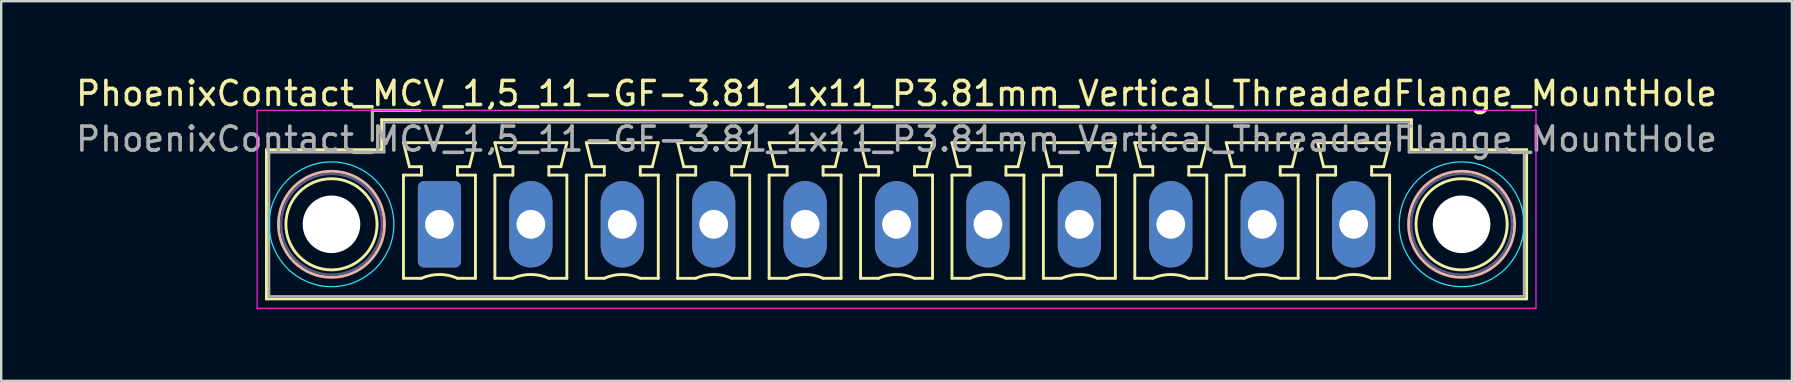
<source format=kicad_pcb>
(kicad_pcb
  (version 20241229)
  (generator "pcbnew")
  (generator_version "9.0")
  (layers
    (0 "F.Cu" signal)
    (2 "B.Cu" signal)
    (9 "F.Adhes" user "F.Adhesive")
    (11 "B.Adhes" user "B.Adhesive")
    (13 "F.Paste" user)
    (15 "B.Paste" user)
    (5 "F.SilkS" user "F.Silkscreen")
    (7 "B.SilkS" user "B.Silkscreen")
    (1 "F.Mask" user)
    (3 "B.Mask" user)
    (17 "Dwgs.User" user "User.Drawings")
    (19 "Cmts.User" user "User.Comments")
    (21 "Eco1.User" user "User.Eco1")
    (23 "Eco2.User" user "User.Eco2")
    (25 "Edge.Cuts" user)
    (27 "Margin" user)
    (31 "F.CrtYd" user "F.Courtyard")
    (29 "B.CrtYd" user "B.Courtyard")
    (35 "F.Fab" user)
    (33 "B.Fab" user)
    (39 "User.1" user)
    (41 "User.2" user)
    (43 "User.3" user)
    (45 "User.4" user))
  (footprint "PhoenixContact_MCV_1,5_11-GF-3.81_1x11_P3.81mm_Vertical_ThreadedFlange_MountHole"
    (layer "F.Cu")
    (at 15.265 6.298)
    (property "Reference" "PhoenixContact_MCV_1,5_11-GF-3.81_1x11_P3.81mm_Vertical_ThreadedFlange_MountHole" (at 19.05 -5.45 0) (layer "F.SilkS") (effects (font (size 1 1) (thickness 0.15))))
    (attr through_hole)
    (fp_line (start -7.21 -3.11) (end -7.21 3.11) (stroke (width 0.12) (type solid)) (layer "F.SilkS"))
    (fp_line (start -7.21 3.11) (end 45.31 3.11) (stroke (width 0.12) (type solid)) (layer "F.SilkS"))
    (fp_line (start -2.8 -4.75) (end -0.8 -4.75) (stroke (width 0.12) (type solid)) (layer "F.SilkS"))
    (fp_line (start -2.8 -3.5) (end -2.8 -4.75) (stroke (width 0.12) (type solid)) (layer "F.SilkS"))
    (fp_line (start -2.41 -4.36) (end -2.41 -3.11) (stroke (width 0.12) (type solid)) (layer "F.SilkS"))
    (fp_line (start -2.41 -3.11) (end -7.21 -3.11) (stroke (width 0.12) (type solid)) (layer "F.SilkS"))
    (fp_line (start -1.5 -3.4) (end 1.5 -3.4) (stroke (width 0.12) (type solid)) (layer "F.SilkS"))
    (fp_line (start -1.5 -2.05) (end -0.75 -2.05) (stroke (width 0.12) (type solid)) (layer "F.SilkS"))
    (fp_line (start -1.5 2.25) (end -1.5 -2.05) (stroke (width 0.12) (type solid)) (layer "F.SilkS"))
    (fp_line (start -1.25 -2.4) (end -1.5 -3.4) (stroke (width 0.12) (type solid)) (layer "F.SilkS"))
    (fp_line (start -0.75 -2.4) (end -1.25 -2.4) (stroke (width 0.12) (type solid)) (layer "F.SilkS"))
    (fp_line (start -0.75 -2.05) (end -0.75 -2.4) (stroke (width 0.12) (type solid)) (layer "F.SilkS"))
    (fp_line (start -0.75 2.25) (end -1.5 2.25) (stroke (width 0.12) (type solid)) (layer "F.SilkS"))
    (fp_line (start 0.75 -2.4) (end 0.75 -2.05) (stroke (width 0.12) (type solid)) (layer "F.SilkS"))
    (fp_line (start 0.75 -2.05) (end 1.5 -2.05) (stroke (width 0.12) (type solid)) (layer "F.SilkS"))
    (fp_line (start 1.25 -2.4) (end 0.75 -2.4) (stroke (width 0.12) (type solid)) (layer "F.SilkS"))
    (fp_line (start 1.5 -3.4) (end 1.25 -2.4) (stroke (width 0.12) (type solid)) (layer "F.SilkS"))
    (fp_line (start 1.5 -2.05) (end 1.5 2.25) (stroke (width 0.12) (type solid)) (layer "F.SilkS"))
    (fp_line (start 1.5 2.25) (end 0.75 2.25) (stroke (width 0.12) (type solid)) (layer "F.SilkS"))
    (fp_line (start 2.31 -3.4) (end 5.31 -3.4) (stroke (width 0.12) (type solid)) (layer "F.SilkS"))
    (fp_line (start 2.31 -2.05) (end 3.06 -2.05) (stroke (width 0.12) (type solid)) (layer "F.SilkS"))
    (fp_line (start 2.31 2.25) (end 2.31 -2.05) (stroke (width 0.12) (type solid)) (layer "F.SilkS"))
    (fp_line (start 2.56 -2.4) (end 2.31 -3.4) (stroke (width 0.12) (type solid)) (layer "F.SilkS"))
    (fp_line (start 3.06 -2.4) (end 2.56 -2.4) (stroke (width 0.12) (type solid)) (layer "F.SilkS"))
    (fp_line (start 3.06 -2.05) (end 3.06 -2.4) (stroke (width 0.12) (type solid)) (layer "F.SilkS"))
    (fp_line (start 3.06 2.25) (end 2.31 2.25) (stroke (width 0.12) (type solid)) (layer "F.SilkS"))
    (fp_line (start 4.56 -2.4) (end 4.56 -2.05) (stroke (width 0.12) (type solid)) (layer "F.SilkS"))
    (fp_line (start 4.56 -2.05) (end 5.31 -2.05) (stroke (width 0.12) (type solid)) (layer "F.SilkS"))
    (fp_line (start 5.06 -2.4) (end 4.56 -2.4) (stroke (width 0.12) (type solid)) (layer "F.SilkS"))
    (fp_line (start 5.31 -3.4) (end 5.06 -2.4) (stroke (width 0.12) (type solid)) (layer "F.SilkS"))
    (fp_line (start 5.31 -2.05) (end 5.31 2.25) (stroke (width 0.12) (type solid)) (layer "F.SilkS"))
    (fp_line (start 5.31 2.25) (end 4.56 2.25) (stroke (width 0.12) (type solid)) (layer "F.SilkS"))
    (fp_line (start 6.12 -3.4) (end 9.12 -3.4) (stroke (width 0.12) (type solid)) (layer "F.SilkS"))
    (fp_line (start 6.12 -2.05) (end 6.87 -2.05) (stroke (width 0.12) (type solid)) (layer "F.SilkS"))
    (fp_line (start 6.12 2.25) (end 6.12 -2.05) (stroke (width 0.12) (type solid)) (layer "F.SilkS"))
    (fp_line (start 6.37 -2.4) (end 6.12 -3.4) (stroke (width 0.12) (type solid)) (layer "F.SilkS"))
    (fp_line (start 6.87 -2.4) (end 6.37 -2.4) (stroke (width 0.12) (type solid)) (layer "F.SilkS"))
    (fp_line (start 6.87 -2.05) (end 6.87 -2.4) (stroke (width 0.12) (type solid)) (layer "F.SilkS"))
    (fp_line (start 6.87 2.25) (end 6.12 2.25) (stroke (width 0.12) (type solid)) (layer "F.SilkS"))
    (fp_line (start 8.37 -2.4) (end 8.37 -2.05) (stroke (width 0.12) (type solid)) (layer "F.SilkS"))
    (fp_line (start 8.37 -2.05) (end 9.12 -2.05) (stroke (width 0.12) (type solid)) (layer "F.SilkS"))
    (fp_line (start 8.87 -2.4) (end 8.37 -2.4) (stroke (width 0.12) (type solid)) (layer "F.SilkS"))
    (fp_line (start 9.12 -3.4) (end 8.87 -2.4) (stroke (width 0.12) (type solid)) (layer "F.SilkS"))
    (fp_line (start 9.12 -2.05) (end 9.12 2.25) (stroke (width 0.12) (type solid)) (layer "F.SilkS"))
    (fp_line (start 9.12 2.25) (end 8.37 2.25) (stroke (width 0.12) (type solid)) (layer "F.SilkS"))
    (fp_line (start 9.93 -3.4) (end 12.93 -3.4) (stroke (width 0.12) (type solid)) (layer "F.SilkS"))
    (fp_line (start 9.93 -2.05) (end 10.68 -2.05) (stroke (width 0.12) (type solid)) (layer "F.SilkS"))
    (fp_line (start 9.93 2.25) (end 9.93 -2.05) (stroke (width 0.12) (type solid)) (layer "F.SilkS"))
    (fp_line (start 10.18 -2.4) (end 9.93 -3.4) (stroke (width 0.12) (type solid)) (layer "F.SilkS"))
    (fp_line (start 10.68 -2.4) (end 10.18 -2.4) (stroke (width 0.12) (type solid)) (layer "F.SilkS"))
    (fp_line (start 10.68 -2.05) (end 10.68 -2.4) (stroke (width 0.12) (type solid)) (layer "F.SilkS"))
    (fp_line (start 10.68 2.25) (end 9.93 2.25) (stroke (width 0.12) (type solid)) (layer "F.SilkS"))
    (fp_line (start 12.18 -2.4) (end 12.18 -2.05) (stroke (width 0.12) (type solid)) (layer "F.SilkS"))
    (fp_line (start 12.18 -2.05) (end 12.93 -2.05) (stroke (width 0.12) (type solid)) (layer "F.SilkS"))
    (fp_line (start 12.68 -2.4) (end 12.18 -2.4) (stroke (width 0.12) (type solid)) (layer "F.SilkS"))
    (fp_line (start 12.93 -3.4) (end 12.68 -2.4) (stroke (width 0.12) (type solid)) (layer "F.SilkS"))
    (fp_line (start 12.93 -2.05) (end 12.93 2.25) (stroke (width 0.12) (type solid)) (layer "F.SilkS"))
    (fp_line (start 12.93 2.25) (end 12.18 2.25) (stroke (width 0.12) (type solid)) (layer "F.SilkS"))
    (fp_line (start 13.74 -3.4) (end 16.74 -3.4) (stroke (width 0.12) (type solid)) (layer "F.SilkS"))
    (fp_line (start 13.74 -2.05) (end 14.49 -2.05) (stroke (width 0.12) (type solid)) (layer "F.SilkS"))
    (fp_line (start 13.74 2.25) (end 13.74 -2.05) (stroke (width 0.12) (type solid)) (layer "F.SilkS"))
    (fp_line (start 13.99 -2.4) (end 13.74 -3.4) (stroke (width 0.12) (type solid)) (layer "F.SilkS"))
    (fp_line (start 14.49 -2.4) (end 13.99 -2.4) (stroke (width 0.12) (type solid)) (layer "F.SilkS"))
    (fp_line (start 14.49 -2.05) (end 14.49 -2.4) (stroke (width 0.12) (type solid)) (layer "F.SilkS"))
    (fp_line (start 14.49 2.25) (end 13.74 2.25) (stroke (width 0.12) (type solid)) (layer "F.SilkS"))
    (fp_line (start 15.99 -2.4) (end 15.99 -2.05) (stroke (width 0.12) (type solid)) (layer "F.SilkS"))
    (fp_line (start 15.99 -2.05) (end 16.74 -2.05) (stroke (width 0.12) (type solid)) (layer "F.SilkS"))
    (fp_line (start 16.49 -2.4) (end 15.99 -2.4) (stroke (width 0.12) (type solid)) (layer "F.SilkS"))
    (fp_line (start 16.74 -3.4) (end 16.49 -2.4) (stroke (width 0.12) (type solid)) (layer "F.SilkS"))
    (fp_line (start 16.74 -2.05) (end 16.74 2.25) (stroke (width 0.12) (type solid)) (layer "F.SilkS"))
    (fp_line (start 16.74 2.25) (end 15.99 2.25) (stroke (width 0.12) (type solid)) (layer "F.SilkS"))
    (fp_line (start 17.55 -3.4) (end 20.55 -3.4) (stroke (width 0.12) (type solid)) (layer "F.SilkS"))
    (fp_line (start 17.55 -2.05) (end 18.3 -2.05) (stroke (width 0.12) (type solid)) (layer "F.SilkS"))
    (fp_line (start 17.55 2.25) (end 17.55 -2.05) (stroke (width 0.12) (type solid)) (layer "F.SilkS"))
    (fp_line (start 17.8 -2.4) (end 17.55 -3.4) (stroke (width 0.12) (type solid)) (layer "F.SilkS"))
    (fp_line (start 18.3 -2.4) (end 17.8 -2.4) (stroke (width 0.12) (type solid)) (layer "F.SilkS"))
    (fp_line (start 18.3 -2.05) (end 18.3 -2.4) (stroke (width 0.12) (type solid)) (layer "F.SilkS"))
    (fp_line (start 18.3 2.25) (end 17.55 2.25) (stroke (width 0.12) (type solid)) (layer "F.SilkS"))
    (fp_line (start 19.8 -2.4) (end 19.8 -2.05) (stroke (width 0.12) (type solid)) (layer "F.SilkS"))
    (fp_line (start 19.8 -2.05) (end 20.55 -2.05) (stroke (width 0.12) (type solid)) (layer "F.SilkS"))
    (fp_line (start 20.3 -2.4) (end 19.8 -2.4) (stroke (width 0.12) (type solid)) (layer "F.SilkS"))
    (fp_line (start 20.55 -3.4) (end 20.3 -2.4) (stroke (width 0.12) (type solid)) (layer "F.SilkS"))
    (fp_line (start 20.55 -2.05) (end 20.55 2.25) (stroke (width 0.12) (type solid)) (layer "F.SilkS"))
    (fp_line (start 20.55 2.25) (end 19.8 2.25) (stroke (width 0.12) (type solid)) (layer "F.SilkS"))
    (fp_line (start 21.36 -3.4) (end 24.36 -3.4) (stroke (width 0.12) (type solid)) (layer "F.SilkS"))
    (fp_line (start 21.36 -2.05) (end 22.11 -2.05) (stroke (width 0.12) (type solid)) (layer "F.SilkS"))
    (fp_line (start 21.36 2.25) (end 21.36 -2.05) (stroke (width 0.12) (type solid)) (layer "F.SilkS"))
    (fp_line (start 21.61 -2.4) (end 21.36 -3.4) (stroke (width 0.12) (type solid)) (layer "F.SilkS"))
    (fp_line (start 22.11 -2.4) (end 21.61 -2.4) (stroke (width 0.12) (type solid)) (layer "F.SilkS"))
    (fp_line (start 22.11 -2.05) (end 22.11 -2.4) (stroke (width 0.12) (type solid)) (layer "F.SilkS"))
    (fp_line (start 22.11 2.25) (end 21.36 2.25) (stroke (width 0.12) (type solid)) (layer "F.SilkS"))
    (fp_line (start 23.61 -2.4) (end 23.61 -2.05) (stroke (width 0.12) (type solid)) (layer "F.SilkS"))
    (fp_line (start 23.61 -2.05) (end 24.36 -2.05) (stroke (width 0.12) (type solid)) (layer "F.SilkS"))
    (fp_line (start 24.11 -2.4) (end 23.61 -2.4) (stroke (width 0.12) (type solid)) (layer "F.SilkS"))
    (fp_line (start 24.36 -3.4) (end 24.11 -2.4) (stroke (width 0.12) (type solid)) (layer "F.SilkS"))
    (fp_line (start 24.36 -2.05) (end 24.36 2.25) (stroke (width 0.12) (type solid)) (layer "F.SilkS"))
    (fp_line (start 24.36 2.25) (end 23.61 2.25) (stroke (width 0.12) (type solid)) (layer "F.SilkS"))
    (fp_line (start 25.17 -3.4) (end 28.17 -3.4) (stroke (width 0.12) (type solid)) (layer "F.SilkS"))
    (fp_line (start 25.17 -2.05) (end 25.92 -2.05) (stroke (width 0.12) (type solid)) (layer "F.SilkS"))
    (fp_line (start 25.17 2.25) (end 25.17 -2.05) (stroke (width 0.12) (type solid)) (layer "F.SilkS"))
    (fp_line (start 25.42 -2.4) (end 25.17 -3.4) (stroke (width 0.12) (type solid)) (layer "F.SilkS"))
    (fp_line (start 25.92 -2.4) (end 25.42 -2.4) (stroke (width 0.12) (type solid)) (layer "F.SilkS"))
    (fp_line (start 25.92 -2.05) (end 25.92 -2.4) (stroke (width 0.12) (type solid)) (layer "F.SilkS"))
    (fp_line (start 25.92 2.25) (end 25.17 2.25) (stroke (width 0.12) (type solid)) (layer "F.SilkS"))
    (fp_line (start 27.42 -2.4) (end 27.42 -2.05) (stroke (width 0.12) (type solid)) (layer "F.SilkS"))
    (fp_line (start 27.42 -2.05) (end 28.17 -2.05) (stroke (width 0.12) (type solid)) (layer "F.SilkS"))
    (fp_line (start 27.92 -2.4) (end 27.42 -2.4) (stroke (width 0.12) (type solid)) (layer "F.SilkS"))
    (fp_line (start 28.17 -3.4) (end 27.92 -2.4) (stroke (width 0.12) (type solid)) (layer "F.SilkS"))
    (fp_line (start 28.17 -2.05) (end 28.17 2.25) (stroke (width 0.12) (type solid)) (layer "F.SilkS"))
    (fp_line (start 28.17 2.25) (end 27.42 2.25) (stroke (width 0.12) (type solid)) (layer "F.SilkS"))
    (fp_line (start 28.98 -3.4) (end 31.98 -3.4) (stroke (width 0.12) (type solid)) (layer "F.SilkS"))
    (fp_line (start 28.98 -2.05) (end 29.73 -2.05) (stroke (width 0.12) (type solid)) (layer "F.SilkS"))
    (fp_line (start 28.98 2.25) (end 28.98 -2.05) (stroke (width 0.12) (type solid)) (layer "F.SilkS"))
    (fp_line (start 29.23 -2.4) (end 28.98 -3.4) (stroke (width 0.12) (type solid)) (layer "F.SilkS"))
    (fp_line (start 29.73 -2.4) (end 29.23 -2.4) (stroke (width 0.12) (type solid)) (layer "F.SilkS"))
    (fp_line (start 29.73 -2.05) (end 29.73 -2.4) (stroke (width 0.12) (type solid)) (layer "F.SilkS"))
    (fp_line (start 29.73 2.25) (end 28.98 2.25) (stroke (width 0.12) (type solid)) (layer "F.SilkS"))
    (fp_line (start 31.23 -2.4) (end 31.23 -2.05) (stroke (width 0.12) (type solid)) (layer "F.SilkS"))
    (fp_line (start 31.23 -2.05) (end 31.98 -2.05) (stroke (width 0.12) (type solid)) (layer "F.SilkS"))
    (fp_line (start 31.73 -2.4) (end 31.23 -2.4) (stroke (width 0.12) (type solid)) (layer "F.SilkS"))
    (fp_line (start 31.98 -3.4) (end 31.73 -2.4) (stroke (width 0.12) (type solid)) (layer "F.SilkS"))
    (fp_line (start 31.98 -2.05) (end 31.98 2.25) (stroke (width 0.12) (type solid)) (layer "F.SilkS"))
    (fp_line (start 31.98 2.25) (end 31.23 2.25) (stroke (width 0.12) (type solid)) (layer "F.SilkS"))
    (fp_line (start 32.79 -3.4) (end 35.79 -3.4) (stroke (width 0.12) (type solid)) (layer "F.SilkS"))
    (fp_line (start 32.79 -2.05) (end 33.54 -2.05) (stroke (width 0.12) (type solid)) (layer "F.SilkS"))
    (fp_line (start 32.79 2.25) (end 32.79 -2.05) (stroke (width 0.12) (type solid)) (layer "F.SilkS"))
    (fp_line (start 33.04 -2.4) (end 32.79 -3.4) (stroke (width 0.12) (type solid)) (layer "F.SilkS"))
    (fp_line (start 33.54 -2.4) (end 33.04 -2.4) (stroke (width 0.12) (type solid)) (layer "F.SilkS"))
    (fp_line (start 33.54 -2.05) (end 33.54 -2.4) (stroke (width 0.12) (type solid)) (layer "F.SilkS"))
    (fp_line (start 33.54 2.25) (end 32.79 2.25) (stroke (width 0.12) (type solid)) (layer "F.SilkS"))
    (fp_line (start 35.04 -2.4) (end 35.04 -2.05) (stroke (width 0.12) (type solid)) (layer "F.SilkS"))
    (fp_line (start 35.04 -2.05) (end 35.79 -2.05) (stroke (width 0.12) (type solid)) (layer "F.SilkS"))
    (fp_line (start 35.54 -2.4) (end 35.04 -2.4) (stroke (width 0.12) (type solid)) (layer "F.SilkS"))
    (fp_line (start 35.79 -3.4) (end 35.54 -2.4) (stroke (width 0.12) (type solid)) (layer "F.SilkS"))
    (fp_line (start 35.79 -2.05) (end 35.79 2.25) (stroke (width 0.12) (type solid)) (layer "F.SilkS"))
    (fp_line (start 35.79 2.25) (end 35.04 2.25) (stroke (width 0.12) (type solid)) (layer "F.SilkS"))
    (fp_line (start 36.6 -3.4) (end 39.6 -3.4) (stroke (width 0.12) (type solid)) (layer "F.SilkS"))
    (fp_line (start 36.6 -2.05) (end 37.35 -2.05) (stroke (width 0.12) (type solid)) (layer "F.SilkS"))
    (fp_line (start 36.6 2.25) (end 36.6 -2.05) (stroke (width 0.12) (type solid)) (layer "F.SilkS"))
    (fp_line (start 36.85 -2.4) (end 36.6 -3.4) (stroke (width 0.12) (type solid)) (layer "F.SilkS"))
    (fp_line (start 37.35 -2.4) (end 36.85 -2.4) (stroke (width 0.12) (type solid)) (layer "F.SilkS"))
    (fp_line (start 37.35 -2.05) (end 37.35 -2.4) (stroke (width 0.12) (type solid)) (layer "F.SilkS"))
    (fp_line (start 37.35 2.25) (end 36.6 2.25) (stroke (width 0.12) (type solid)) (layer "F.SilkS"))
    (fp_line (start 38.85 -2.4) (end 38.85 -2.05) (stroke (width 0.12) (type solid)) (layer "F.SilkS"))
    (fp_line (start 38.85 -2.05) (end 39.6 -2.05) (stroke (width 0.12) (type solid)) (layer "F.SilkS"))
    (fp_line (start 39.35 -2.4) (end 38.85 -2.4) (stroke (width 0.12) (type solid)) (layer "F.SilkS"))
    (fp_line (start 39.6 -3.4) (end 39.35 -2.4) (stroke (width 0.12) (type solid)) (layer "F.SilkS"))
    (fp_line (start 39.6 -2.05) (end 39.6 2.25) (stroke (width 0.12) (type solid)) (layer "F.SilkS"))
    (fp_line (start 39.6 2.25) (end 38.85 2.25) (stroke (width 0.12) (type solid)) (layer "F.SilkS"))
    (fp_line (start 40.51 -4.36) (end -2.41 -4.36) (stroke (width 0.12) (type solid)) (layer "F.SilkS"))
    (fp_line (start 40.51 -3.11) (end 40.51 -4.36) (stroke (width 0.12) (type solid)) (layer "F.SilkS"))
    (fp_line (start 45.31 -3.11) (end 40.51 -3.11) (stroke (width 0.12) (type solid)) (layer "F.SilkS"))
    (fp_line (start 45.31 3.11) (end 45.31 -3.11) (stroke (width 0.12) (type solid)) (layer "F.SilkS"))
    (fp_arc (start -0.75 2.25) (mid -0.000193 2.09191) (end 0.749647 2.249844) (stroke (width 0.12) (type solid)) (layer "F.SilkS"))
    (fp_arc (start 3.06 2.25) (mid 3.809807 2.09191) (end 4.559647 2.249844) (stroke (width 0.12) (type solid)) (layer "F.SilkS"))
    (fp_arc (start 6.87 2.25) (mid 7.619807 2.09191) (end 8.369647 2.249844) (stroke (width 0.12) (type solid)) (layer "F.SilkS"))
    (fp_arc (start 10.68 2.25) (mid 11.429807 2.09191) (end 12.179647 2.249844) (stroke (width 0.12) (type solid)) (layer "F.SilkS"))
    (fp_arc (start 14.49 2.25) (mid 15.239807 2.09191) (end 15.989647 2.249844) (stroke (width 0.12) (type solid)) (layer "F.SilkS"))
    (fp_arc (start 18.3 2.25) (mid 19.049807 2.09191) (end 19.799647 2.249844) (stroke (width 0.12) (type solid)) (layer "F.SilkS"))
    (fp_arc (start 22.11 2.25) (mid 22.859807 2.09191) (end 23.609647 2.249844) (stroke (width 0.12) (type solid)) (layer "F.SilkS"))
    (fp_arc (start 25.92 2.25) (mid 26.669807 2.09191) (end 27.419647 2.249844) (stroke (width 0.12) (type solid)) (layer "F.SilkS"))
    (fp_arc (start 29.73 2.25) (mid 30.479807 2.09191) (end 31.229647 2.249844) (stroke (width 0.12) (type solid)) (layer "F.SilkS"))
    (fp_arc (start 33.54 2.25) (mid 34.289807 2.09191) (end 35.039647 2.249844) (stroke (width 0.12) (type solid)) (layer "F.SilkS"))
    (fp_arc (start 37.35 2.25) (mid 38.099807 2.09191) (end 38.849647 2.249844) (stroke (width 0.12) (type solid)) (layer "F.SilkS"))
    (fp_circle (center -4.5 0) (end -2.6 0) (stroke (width 0.12) (type solid)) (fill no) (layer "F.SilkS"))
    (fp_circle (center 42.6 0) (end 44.5 0) (stroke (width 0.12) (type solid)) (fill no) (layer "F.SilkS"))
    (fp_circle (center -4.5 0) (end -2.29 0) (stroke (width 0.12) (type solid)) (fill no) (layer "B.SilkS"))
    (fp_circle (center 42.6 0) (end 44.81 0) (stroke (width 0.12) (type solid)) (fill no) (layer "B.SilkS"))
    (fp_circle (center -4.5 0) (end -1.9 0) (stroke (width 0.05) (type solid)) (fill no) (layer "B.CrtYd"))
    (fp_circle (center 42.6 0) (end 45.2 0) (stroke (width 0.05) (type solid)) (fill no) (layer "B.CrtYd"))
    (fp_line (start -7.6 -4.75) (end -7.6 3.5) (stroke (width 0.05) (type solid)) (layer "F.CrtYd"))
    (fp_line (start -7.6 3.5) (end 45.7 3.5) (stroke (width 0.05) (type solid)) (layer "F.CrtYd"))
    (fp_line (start 45.7 -4.75) (end -7.6 -4.75) (stroke (width 0.05) (type solid)) (layer "F.CrtYd"))
    (fp_line (start 45.7 3.5) (end 45.7 -4.75) (stroke (width 0.05) (type solid)) (layer "F.CrtYd"))
    (fp_circle (center -4.5 0) (end -2.4 0) (stroke (width 0.1) (type solid)) (fill no) (layer "B.Fab"))
    (fp_circle (center 42.6 0) (end 44.7 0) (stroke (width 0.1) (type solid)) (fill no) (layer "B.Fab"))
    (fp_line (start -7.1 -3) (end -7.1 3) (stroke (width 0.1) (type solid)) (layer "F.Fab"))
    (fp_line (start -7.1 3) (end 45.2 3) (stroke (width 0.1) (type solid)) (layer "F.Fab"))
    (fp_line (start -2.8 -4.75) (end -0.8 -4.75) (stroke (width 0.1) (type solid)) (layer "F.Fab"))
    (fp_line (start -2.8 -3.5) (end -2.8 -4.75) (stroke (width 0.1) (type solid)) (layer "F.Fab"))
    (fp_line (start -2.3 -4.25) (end -2.3 -3) (stroke (width 0.1) (type solid)) (layer "F.Fab"))
    (fp_line (start -2.3 -3) (end -7.1 -3) (stroke (width 0.1) (type solid)) (layer "F.Fab"))
    (fp_line (start 40.4 -4.25) (end -2.3 -4.25) (stroke (width 0.1) (type solid)) (layer "F.Fab"))
    (fp_line (start 40.4 -3) (end 40.4 -4.25) (stroke (width 0.1) (type solid)) (layer "F.Fab"))
    (fp_line (start 45.2 -3) (end 40.4 -3) (stroke (width 0.1) (type solid)) (layer "F.Fab"))
    (fp_line (start 45.2 3) (end 45.2 -3) (stroke (width 0.1) (type solid)) (layer "F.Fab"))
    (fp_text user "${REFERENCE}" (at 19.05 -3.55 0) (layer "F.Fab") (effects (font (size 1 1) (thickness 0.15))))
    (pad "" np_thru_hole circle (at -4.5 0) (size 2.4 2.4) (drill 2.4) (layers "*.Cu" "*.Mask"))
    (pad "" np_thru_hole circle (at 42.6 0) (size 2.4 2.4) (drill 2.4) (layers "*.Cu" "*.Mask"))
    (pad "1" thru_hole roundrect (at 0 0) (size 1.8 3.6) (drill 1.2) (layers "*.Cu" "*.Mask") (roundrect_rratio 0.139))
    (pad "2" thru_hole oval (at 3.81 0) (size 1.8 3.6) (drill 1.2) (layers "*.Cu" "*.Mask"))
    (pad "3" thru_hole oval (at 7.62 0) (size 1.8 3.6) (drill 1.2) (layers "*.Cu" "*.Mask"))
    (pad "4" thru_hole oval (at 11.43 0) (size 1.8 3.6) (drill 1.2) (layers "*.Cu" "*.Mask"))
    (pad "5" thru_hole oval (at 15.24 0) (size 1.8 3.6) (drill 1.2) (layers "*.Cu" "*.Mask"))
    (pad "6" thru_hole oval (at 19.05 0) (size 1.8 3.6) (drill 1.2) (layers "*.Cu" "*.Mask"))
    (pad "7" thru_hole oval (at 22.86 0) (size 1.8 3.6) (drill 1.2) (layers "*.Cu" "*.Mask"))
    (pad "8" thru_hole oval (at 26.67 0) (size 1.8 3.6) (drill 1.2) (layers "*.Cu" "*.Mask"))
    (pad "9" thru_hole oval (at 30.48 0) (size 1.8 3.6) (drill 1.2) (layers "*.Cu" "*.Mask"))
    (pad "10" thru_hole oval (at 34.29 0) (size 1.8 3.6) (drill 1.2) (layers "*.Cu" "*.Mask"))
    (pad "11" thru_hole oval (at 38.1 0) (size 1.8 3.6) (drill 1.2) (layers "*.Cu" "*.Mask")))
  (gr_rect
    (start -3 -3)
    (end 71.631 12.823)
    (stroke (width 0.1) (type default))
    (fill no)
    (layer "Edge.Cuts")))
</source>
